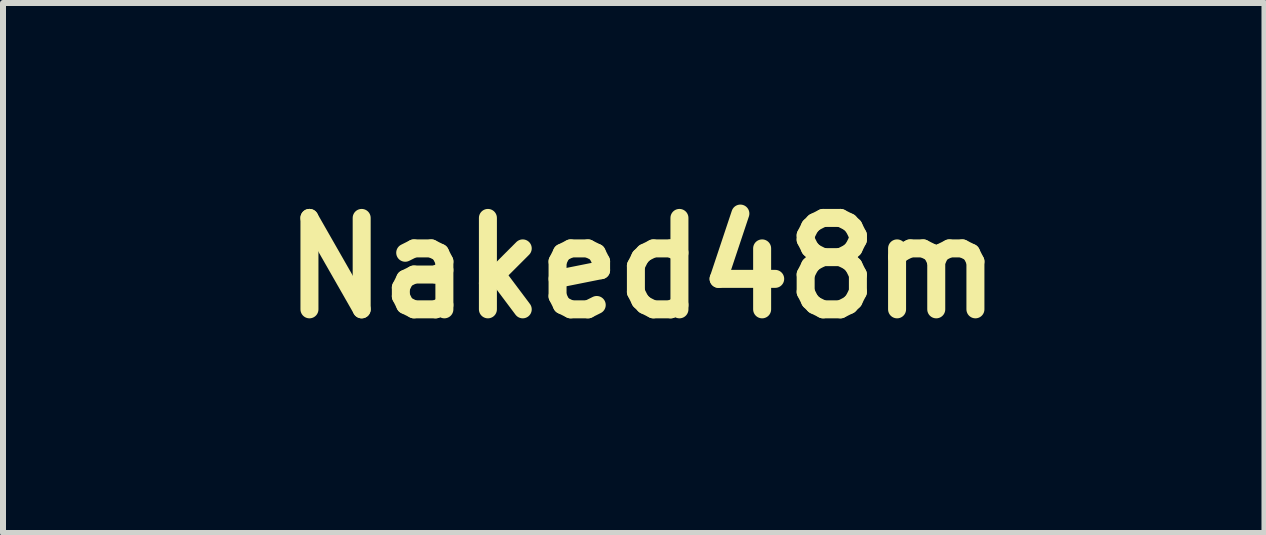
<source format=kicad_pcb>
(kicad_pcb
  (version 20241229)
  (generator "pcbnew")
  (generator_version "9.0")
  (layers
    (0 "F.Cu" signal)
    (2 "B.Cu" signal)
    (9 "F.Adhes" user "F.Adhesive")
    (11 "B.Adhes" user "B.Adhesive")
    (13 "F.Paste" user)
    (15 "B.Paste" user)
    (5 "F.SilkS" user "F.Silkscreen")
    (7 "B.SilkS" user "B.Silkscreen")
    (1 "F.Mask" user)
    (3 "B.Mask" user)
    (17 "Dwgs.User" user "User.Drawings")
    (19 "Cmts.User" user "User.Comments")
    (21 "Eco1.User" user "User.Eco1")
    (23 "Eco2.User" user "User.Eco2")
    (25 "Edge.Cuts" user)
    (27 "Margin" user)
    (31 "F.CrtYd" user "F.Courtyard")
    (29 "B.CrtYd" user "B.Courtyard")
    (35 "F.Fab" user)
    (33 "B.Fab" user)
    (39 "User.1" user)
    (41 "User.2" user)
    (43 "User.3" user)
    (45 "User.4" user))
  (footprint "Naked48m"
    (layer "F.Cu")
    (at 7.661 1.418)
    (property "Reference" "Naked48m" (at 0 0 0) (layer "F.SilkS") (effects (font (size 1.524 1.524) (thickness 0.3))))
    (attr through_hole)
    (fp_poly (pts (xy 6.49 0.405) (xy 6.524 0.436) (xy 6.531 0.516) (xy 6.531 0.526) (xy 6.526 0.611) (xy 6.494 0.646) (xy 6.414 0.653) (xy 6.404 0.653) (xy 6.319 0.648) (xy 6.284 0.616) (xy 6.277 0.536) (xy 6.277 0.526) (xy 6.283 0.441) (xy 6.315 0.406) (xy 6.395 0.399) (xy 6.404 0.399) (xy 6.49 0.405)) (stroke (width 0.01) (type solid)) (fill yes) (layer "F.Mask"))
    (fp_poly (pts (xy 7.329 -0.972) (xy 7.343 -0.942) (xy 7.353 -0.881) (xy 7.359 -0.782) (xy 7.364 -0.636) (xy 7.365 -0.433) (xy 7.366 -0.181) (xy 7.366 0.617) (xy 7.148 0.617) (xy 7.148 -0.581) (xy 7 -0.581) (xy 6.906 -0.586) (xy 6.867 -0.608) (xy 6.865 -0.644) (xy 6.91 -0.698) (xy 6.985 -0.72) (xy 7.115 -0.757) (xy 7.198 -0.842) (xy 7.224 -0.897) (xy 7.268 -0.961) (xy 7.311 -0.98) (xy 7.329 -0.972)) (stroke (width 0.01) (type solid)) (fill yes) (layer "F.Mask"))
    (fp_poly (pts (xy -7.525 -0.937) (xy -7.478 -0.93) (xy -7.437 -0.915) (xy -7.395 -0.882) (xy -7.347 -0.823) (xy -7.284 -0.729) (xy -7.2 -0.591) (xy -7.089 -0.401) (xy -7.063 -0.356) (xy -6.731 0.213) (xy -6.711 -0.943) (xy -6.459 -0.943) (xy -6.459 0.653) (xy -6.582 0.653) (xy -6.627 0.651) (xy -6.665 0.64) (xy -6.704 0.61) (xy -6.751 0.554) (xy -6.813 0.464) (xy -6.894 0.331) (xy -7.004 0.147) (xy -7.053 0.064) (xy -7.4 -0.526) (xy -7.41 0.054) (xy -7.42 0.635) (xy -7.538 0.646) (xy -7.656 0.658) (xy -7.656 -0.948) (xy -7.525 -0.937)) (stroke (width 0.01) (type solid)) (fill yes) (layer "F.Mask"))
    (fp_poly (pts (xy 4.28 -0.371) (xy 4.282 -0.321) (xy 4.275 -0.238) (xy 4.24 -0.204) (xy 4.166 -0.195) (xy 4.061 -0.168) (xy 3.957 -0.088) (xy 3.93 -0.06) (xy 3.87 0.01) (xy 3.834 0.072) (xy 3.817 0.148) (xy 3.811 0.26) (xy 3.81 0.362) (xy 3.81 0.653) (xy 3.592 0.653) (xy 3.592 -0.399) (xy 3.701 -0.399) (xy 3.779 -0.39) (xy 3.807 -0.348) (xy 3.81 -0.305) (xy 3.81 -0.211) (xy 3.922 -0.305) (xy 4.01 -0.366) (xy 4.087 -0.398) (xy 4.1 -0.399) (xy 4.191 -0.411) (xy 4.224 -0.421) (xy 4.264 -0.421) (xy 4.28 -0.371)) (stroke (width 0.01) (type solid)) (fill yes) (layer "F.Mask"))
    (fp_poly (pts (xy -4.862 0.016) (xy -4.653 -0.192) (xy -4.538 -0.3) (xy -4.453 -0.364) (xy -4.381 -0.393) (xy -4.318 -0.399) (xy -4.194 -0.399) (xy -4.544 -0.043) (xy -4.34 0.286) (xy -4.257 0.423) (xy -4.19 0.535) (xy -4.148 0.611) (xy -4.137 0.635) (xy -4.168 0.648) (xy -4.236 0.653) (xy -4.291 0.644) (xy -4.342 0.61) (xy -4.402 0.539) (xy -4.483 0.419) (xy -4.51 0.376) (xy -4.685 0.1) (xy -4.772 0.182) (xy -4.832 0.261) (xy -4.862 0.372) (xy -4.87 0.449) (xy -4.879 0.559) (xy -4.899 0.616) (xy -4.94 0.64) (xy -4.98 0.646) (xy -5.08 0.658) (xy -5.08 -0.943) (xy -4.862 -0.943) (xy -4.862 0.016)) (stroke (width 0.01) (type solid)) (fill yes) (layer "F.Mask"))
    (fp_poly (pts (xy -1.887 0.653) (xy -1.993 0.653) (xy -2.074 0.639) (xy -2.115 0.608) (xy -2.139 0.581) (xy -2.18 0.608) (xy -2.258 0.642) (xy -2.374 0.651) (xy -2.497 0.635) (xy -2.573 0.607) (xy -2.704 0.5) (xy -2.789 0.34) (xy -2.822 0.173) (xy -2.818 0.097) (xy -2.606 0.097) (xy -2.596 0.236) (xy -2.549 0.355) (xy -2.502 0.408) (xy -2.392 0.465) (xy -2.285 0.451) (xy -2.194 0.383) (xy -2.124 0.275) (xy -2.1 0.149) (xy -2.115 0.021) (xy -2.163 -0.095) (xy -2.237 -0.184) (xy -2.332 -0.231) (xy -2.441 -0.221) (xy -2.527 -0.153) (xy -2.583 -0.04) (xy -2.606 0.097) (xy -2.818 0.097) (xy -2.813 -0.026) (xy -2.756 -0.194) (xy -2.661 -0.323) (xy -2.537 -0.406) (xy -2.392 -0.433) (xy -2.235 -0.398) (xy -2.204 -0.383) (xy -2.105 -0.331) (xy -2.105 -0.943) (xy -1.887 -0.943) (xy -1.887 0.653)) (stroke (width 0.01) (type solid)) (fill yes) (layer "F.Mask"))
    (fp_poly (pts (xy 1.391 -0.393) (xy 1.433 -0.366) (xy 1.472 -0.304) (xy 1.52 -0.193) (xy 1.543 -0.136) (xy 1.6 0.01) (xy 1.655 0.148) (xy 1.695 0.248) (xy 1.697 0.252) (xy 1.749 0.377) (xy 1.904 -0.002) (xy 1.972 -0.167) (xy 2.023 -0.276) (xy 2.063 -0.341) (xy 2.101 -0.375) (xy 2.146 -0.389) (xy 2.172 -0.392) (xy 2.251 -0.396) (xy 2.286 -0.389) (xy 2.286 -0.389) (xy 2.273 -0.352) (xy 2.236 -0.26) (xy 2.18 -0.125) (xy 2.111 0.04) (xy 2.073 0.131) (xy 1.991 0.325) (xy 1.929 0.462) (xy 1.882 0.552) (xy 1.844 0.606) (xy 1.808 0.633) (xy 1.768 0.644) (xy 1.754 0.646) (xy 1.712 0.648) (xy 1.678 0.637) (xy 1.645 0.604) (xy 1.606 0.54) (xy 1.557 0.433) (xy 1.489 0.275) (xy 1.44 0.156) (xy 1.367 -0.021) (xy 1.306 -0.175) (xy 1.26 -0.292) (xy 1.236 -0.36) (xy 1.233 -0.372) (xy 1.265 -0.391) (xy 1.337 -0.399) (xy 1.391 -0.393)) (stroke (width 0.01) (type solid)) (fill yes) (layer "F.Mask"))
    (fp_poly (pts (xy -0.871 0.036) (xy -0.78 0.036) (xy -0.715 0.048) (xy -0.692 0.098) (xy -0.689 0.145) (xy -0.699 0.223) (xy -0.741 0.251) (xy -0.78 0.254) (xy -0.832 0.259) (xy -0.859 0.287) (xy -0.869 0.354) (xy -0.871 0.454) (xy -0.873 0.568) (xy -0.885 0.627) (xy -0.916 0.65) (xy -0.974 0.653) (xy -1.057 0.645) (xy -1.101 0.629) (xy -1.115 0.581) (xy -1.124 0.487) (xy -1.125 0.429) (xy -1.125 0.254) (xy -1.705 0.254) (xy -1.705 0.142) (xy -1.686 0.06) (xy -1.668 0.019) (xy -1.451 0.019) (xy -1.419 0.029) (xy -1.337 0.035) (xy -1.288 0.036) (xy -1.125 0.036) (xy -1.125 -0.242) (xy -1.126 -0.371) (xy -1.131 -0.464) (xy -1.137 -0.505) (xy -1.139 -0.505) (xy -1.167 -0.464) (xy -1.219 -0.382) (xy -1.283 -0.276) (xy -1.349 -0.165) (xy -1.406 -0.067) (xy -1.443 0.000355) (xy -1.451 0.019) (xy -1.668 0.019) (xy -1.628 -0.07) (xy -1.529 -0.251) (xy -1.406 -0.456) (xy -1.292 -0.64) (xy -1.208 -0.771) (xy -1.146 -0.857) (xy -1.098 -0.909) (xy -1.057 -0.934) (xy -1.014 -0.942) (xy -0.989 -0.943) (xy -0.871 -0.943) (xy -0.871 0.036)) (stroke (width 0.01) (type solid)) (fill yes) (layer "F.Mask"))
    (fp_poly (pts (xy 5.71 -0.95) (xy 5.797 -0.917) (xy 5.885 -0.846) (xy 5.893 -0.838) (xy 5.989 -0.719) (xy 6.052 -0.575) (xy 6.086 -0.393) (xy 6.092 -0.16) (xy 6.089 -0.065) (xy 6.068 0.168) (xy 6.028 0.341) (xy 5.965 0.467) (xy 5.874 0.556) (xy 5.861 0.565) (xy 5.703 0.629) (xy 5.528 0.638) (xy 5.372 0.592) (xy 5.256 0.511) (xy 5.175 0.402) (xy 5.122 0.252) (xy 5.093 0.049) (xy 5.086 -0.063) (xy 5.086 -0.178) (xy 5.328 -0.178) (xy 5.335 0.011) (xy 5.358 0.179) (xy 5.398 0.303) (xy 5.406 0.318) (xy 5.495 0.409) (xy 5.602 0.437) (xy 5.709 0.399) (xy 5.755 0.359) (xy 5.786 0.313) (xy 5.808 0.248) (xy 5.822 0.148) (xy 5.831 0.000016) (xy 5.834 -0.122) (xy 5.838 -0.305) (xy 5.835 -0.433) (xy 5.823 -0.522) (xy 5.802 -0.589) (xy 5.772 -0.644) (xy 5.702 -0.729) (xy 5.621 -0.76) (xy 5.588 -0.762) (xy 5.498 -0.744) (xy 5.43 -0.68) (xy 5.406 -0.644) (xy 5.363 -0.529) (xy 5.337 -0.366) (xy 5.328 -0.178) (xy 5.086 -0.178) (xy 5.085 -0.318) (xy 5.109 -0.517) (xy 5.161 -0.672) (xy 5.245 -0.798) (xy 5.283 -0.838) (xy 5.372 -0.913) (xy 5.458 -0.948) (xy 5.576 -0.957) (xy 5.588 -0.957) (xy 5.71 -0.95)) (stroke (width 0.01) (type solid)) (fill yes) (layer "F.Mask"))
    (fp_poly (pts (xy -3.353 -0.392) (xy -3.216 -0.311) (xy -3.112 -0.186) (xy -3.055 -0.028) (xy -3.048 0.053) (xy -3.048 0.145) (xy -3.411 0.145) (xy -3.576 0.146) (xy -3.682 0.151) (xy -3.741 0.162) (xy -3.767 0.182) (xy -3.774 0.214) (xy -3.774 0.219) (xy -3.742 0.313) (xy -3.663 0.399) (xy -3.561 0.458) (xy -3.491 0.472) (xy -3.391 0.447) (xy -3.308 0.386) (xy -3.267 0.31) (xy -3.266 0.296) (xy -3.234 0.267) (xy -3.158 0.254) (xy -3.157 0.254) (xy -3.073 0.274) (xy -3.048 0.332) (xy -3.082 0.422) (xy -3.151 0.513) (xy -3.227 0.585) (xy -3.31 0.623) (xy -3.43 0.641) (xy -3.45 0.643) (xy -3.593 0.644) (xy -3.699 0.618) (xy -3.763 0.584) (xy -3.892 0.47) (xy -3.966 0.32) (xy -3.987 0.126) (xy -3.984 0.067) (xy -3.957 -0.073) (xy -3.755 -0.073) (xy -3.751 -0.05) (xy -3.706 -0.039) (xy -3.607 -0.036) (xy -3.542 -0.036) (xy -3.408 -0.04) (xy -3.333 -0.053) (xy -3.304 -0.078) (xy -3.302 -0.09) (xy -3.33 -0.147) (xy -3.392 -0.202) (xy -3.506 -0.238) (xy -3.623 -0.211) (xy -3.721 -0.128) (xy -3.73 -0.116) (xy -3.755 -0.073) (xy -3.957 -0.073) (xy -3.947 -0.121) (xy -3.863 -0.26) (xy -3.724 -0.363) (xy -3.67 -0.388) (xy -3.509 -0.421) (xy -3.353 -0.392)) (stroke (width 0.01) (type solid)) (fill yes) (layer "F.Mask"))
    (fp_poly (pts (xy 3.07 -0.392) (xy 3.207 -0.311) (xy 3.31 -0.186) (xy 3.368 -0.028) (xy 3.375 0.053) (xy 3.375 0.145) (xy 3.012 0.145) (xy 2.847 0.146) (xy 2.741 0.151) (xy 2.682 0.162) (xy 2.655 0.182) (xy 2.649 0.214) (xy 2.649 0.219) (xy 2.68 0.313) (xy 2.759 0.399) (xy 2.862 0.458) (xy 2.932 0.472) (xy 3.031 0.447) (xy 3.115 0.386) (xy 3.156 0.31) (xy 3.157 0.296) (xy 3.188 0.267) (xy 3.264 0.254) (xy 3.266 0.254) (xy 3.35 0.274) (xy 3.375 0.332) (xy 3.341 0.422) (xy 3.272 0.513) (xy 3.196 0.585) (xy 3.113 0.623) (xy 2.992 0.641) (xy 2.972 0.643) (xy 2.83 0.644) (xy 2.724 0.618) (xy 2.66 0.584) (xy 2.53 0.47) (xy 2.457 0.32) (xy 2.436 0.126) (xy 2.439 0.067) (xy 2.466 -0.073) (xy 2.668 -0.073) (xy 2.671 -0.05) (xy 2.716 -0.039) (xy 2.816 -0.036) (xy 2.88 -0.036) (xy 3.014 -0.04) (xy 3.09 -0.053) (xy 3.119 -0.078) (xy 3.121 -0.09) (xy 3.093 -0.147) (xy 3.031 -0.202) (xy 2.917 -0.238) (xy 2.8 -0.211) (xy 2.701 -0.128) (xy 2.693 -0.116) (xy 2.668 -0.073) (xy 2.466 -0.073) (xy 2.475 -0.121) (xy 2.559 -0.26) (xy 2.699 -0.363) (xy 2.752 -0.388) (xy 2.914 -0.421) (xy 3.07 -0.392)) (stroke (width 0.01) (type solid)) (fill yes) (layer "F.Mask"))
    (fp_poly (pts (xy -5.63 -0.401) (xy -5.493 -0.346) (xy -5.407 -0.261) (xy -5.36 -0.132) (xy -5.345 0.001) (xy -5.336 0.17) (xy -5.327 0.354) (xy -5.323 0.435) (xy -5.311 0.653) (xy -5.414 0.653) (xy -5.496 0.637) (xy -5.537 0.602) (xy -5.561 0.571) (xy -5.608 0.58) (xy -5.654 0.602) (xy -5.801 0.649) (xy -5.955 0.65) (xy -6.091 0.608) (xy -6.152 0.564) (xy -6.231 0.446) (xy -6.242 0.334) (xy -6.019 0.334) (xy -5.992 0.412) (xy -5.987 0.418) (xy -5.903 0.466) (xy -5.786 0.454) (xy -5.67 0.4) (xy -5.581 0.325) (xy -5.552 0.24) (xy -5.552 0.232) (xy -5.558 0.171) (xy -5.589 0.15) (xy -5.667 0.159) (xy -5.683 0.162) (xy -5.863 0.208) (xy -5.976 0.266) (xy -6.019 0.334) (xy -6.242 0.334) (xy -6.243 0.325) (xy -6.192 0.21) (xy -6.084 0.11) (xy -5.924 0.034) (xy -5.86 0.015) (xy -5.71 -0.023) (xy -5.619 -0.049) (xy -5.575 -0.071) (xy -5.565 -0.096) (xy -5.579 -0.129) (xy -5.588 -0.145) (xy -5.653 -0.2) (xy -5.753 -0.222) (xy -5.858 -0.21) (xy -5.937 -0.165) (xy -5.951 -0.145) (xy -6.022 -0.084) (xy -6.097 -0.073) (xy -6.173 -0.079) (xy -6.199 -0.106) (xy -6.177 -0.168) (xy -6.134 -0.243) (xy -6.029 -0.35) (xy -5.882 -0.409) (xy -5.711 -0.416) (xy -5.63 -0.401)) (stroke (width 0.01) (type solid)) (fill yes) (layer "F.Mask"))
    (fp_poly (pts (xy 0.089 -0.937) (xy 0.173 -0.907) (xy 0.256 -0.839) (xy 0.276 -0.82) (xy 0.355 -0.728) (xy 0.391 -0.64) (xy 0.399 -0.532) (xy 0.382 -0.388) (xy 0.324 -0.28) (xy 0.316 -0.27) (xy 0.232 -0.173) (xy 0.334 -0.071) (xy 0.4 0.011) (xy 0.43 0.101) (xy 0.435 0.207) (xy 0.423 0.338) (xy 0.391 0.443) (xy 0.379 0.464) (xy 0.263 0.57) (xy 0.108 0.634) (xy -0.064 0.652) (xy -0.233 0.621) (xy -0.315 0.582) (xy -0.425 0.496) (xy -0.485 0.392) (xy -0.507 0.246) (xy -0.508 0.199) (xy -0.503 0.142) (xy -0.285 0.142) (xy -0.275 0.261) (xy -0.21 0.374) (xy -0.201 0.383) (xy -0.094 0.457) (xy 0.012 0.459) (xy 0.121 0.39) (xy 0.133 0.378) (xy 0.196 0.299) (xy 0.212 0.216) (xy 0.205 0.152) (xy 0.158 0.02) (xy 0.069 -0.053) (xy -0.043 -0.073) (xy -0.163 -0.043) (xy -0.245 0.035) (xy -0.285 0.142) (xy -0.503 0.142) (xy -0.498 0.076) (xy -0.457 -0.013) (xy -0.406 -0.071) (xy -0.305 -0.173) (xy -0.392 -0.274) (xy -0.446 -0.35) (xy -0.467 -0.43) (xy -0.463 -0.545) (xy -0.251 -0.545) (xy -0.243 -0.43) (xy -0.183 -0.328) (xy -0.181 -0.327) (xy -0.102 -0.272) (xy -0.036 -0.254) (xy 0.043 -0.279) (xy 0.109 -0.327) (xy 0.169 -0.428) (xy 0.179 -0.543) (xy 0.143 -0.65) (xy 0.07 -0.73) (xy -0.034 -0.762) (xy -0.036 -0.762) (xy -0.141 -0.731) (xy -0.215 -0.652) (xy -0.251 -0.545) (xy -0.463 -0.545) (xy -0.463 -0.546) (xy -0.462 -0.558) (xy -0.418 -0.734) (xy -0.324 -0.857) (xy -0.18 -0.926) (xy -0.032 -0.943) (xy 0.089 -0.937)) (stroke (width 0.01) (type solid)) (fill yes) (layer "F.Mask")))
  (gr_rect
    (start -3 -3)
    (end 18.032 5.836)
    (stroke (width 0.1) (type default))
    (fill no)
    (layer "Edge.Cuts")))
</source>
